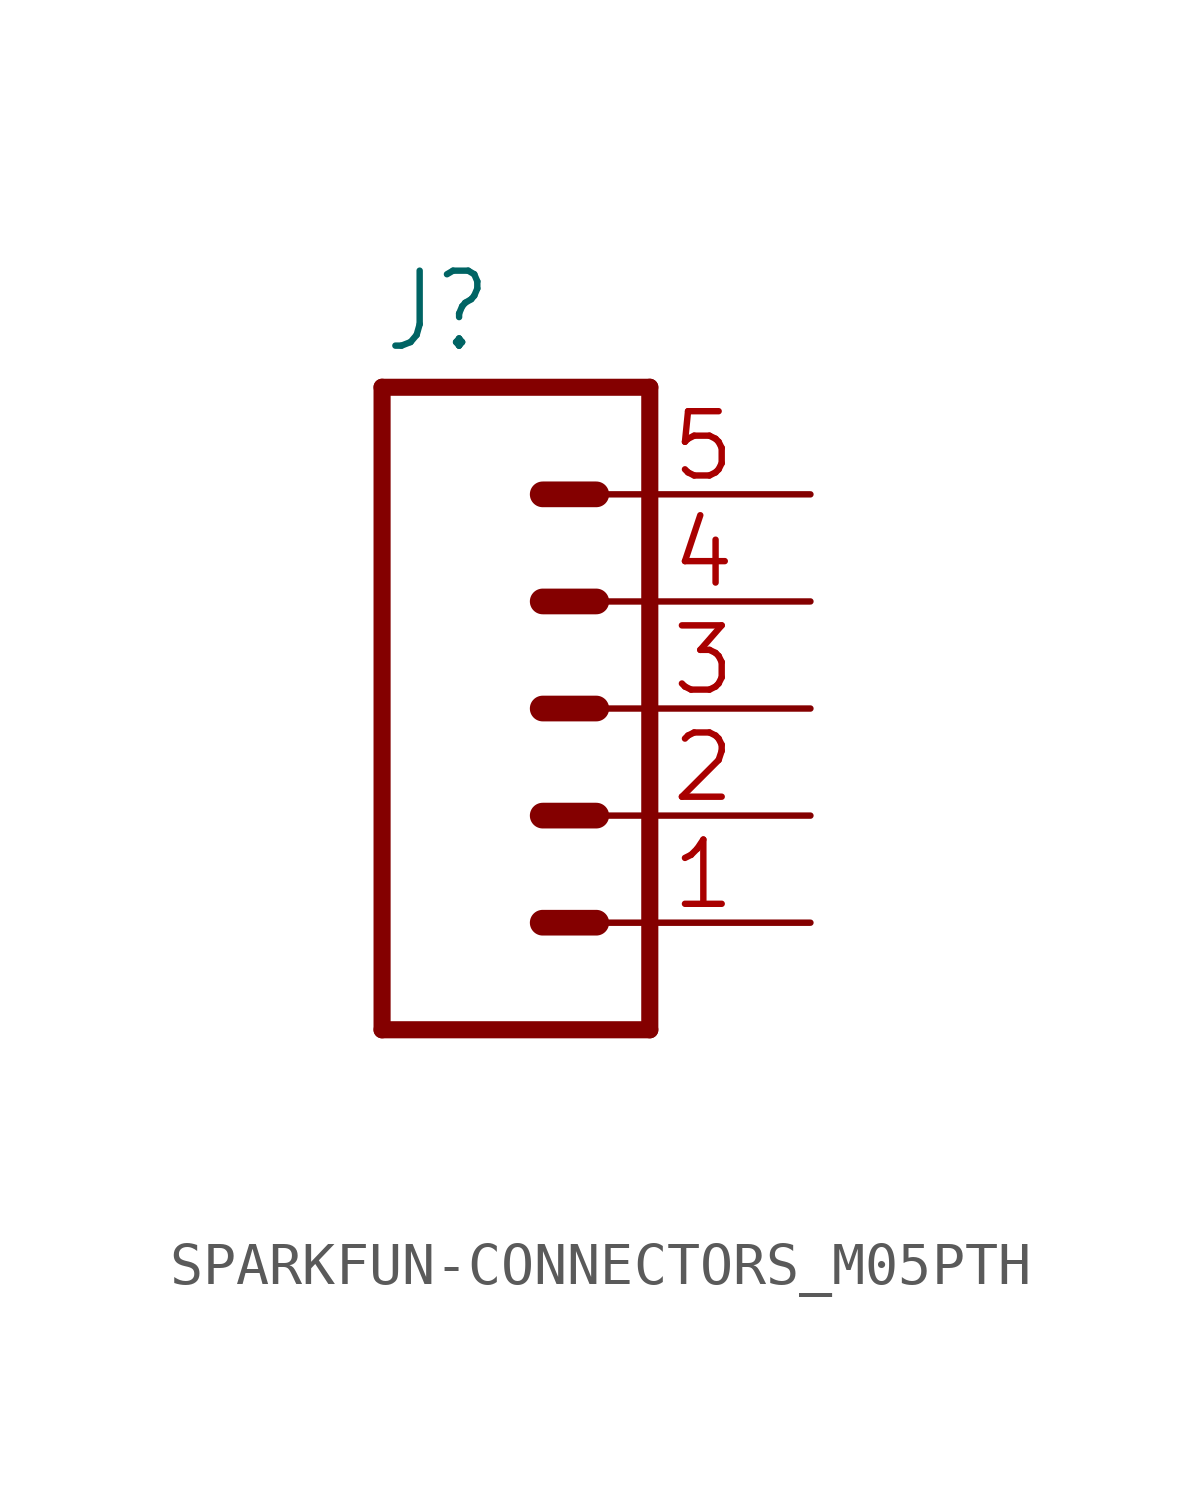
<source format=kicad_sym>
(kicad_symbol_lib
  (version 20241209)
  (generator "kicad_symbol_editor")
  (generator_version "9.0")
  (symbol "SPARKFUN-CONNECTORS_M05PTH"
    (property "Reference" "J"
      (at -2.54 8.382 0)
      (effects (font (size 1.778 1.511)) (justify left bottom)))
    (property "Value" ""
      (at -2.54 -10.16 0)
      (effects (font (size 1.778 1.511)) (justify left bottom)))
    (property "ki_locked" ""
      (at 0 0 0)
      (effects (font (size 1.27 1.27))))
    (symbol "SPARKFUN-CONNECTORS_M05PTH_1_0"
      (polyline (pts (xy -2.54 7.62) (xy -2.54 -7.62)) (stroke (width 0.406) (type solid)) (fill (type none)))
      (polyline (pts (xy -2.54 7.62) (xy 3.81 7.62)) (stroke (width 0.406) (type solid)) (fill (type none)))
      (polyline (pts (xy 1.27 5.08) (xy 2.54 5.08)) (stroke (width 0.61) (type solid)) (fill (type none)))
      (polyline (pts (xy 1.27 2.54) (xy 2.54 2.54)) (stroke (width 0.61) (type solid)) (fill (type none)))
      (polyline (pts (xy 1.27 0) (xy 2.54 0)) (stroke (width 0.61) (type solid)) (fill (type none)))
      (polyline (pts (xy 1.27 -2.54) (xy 2.54 -2.54)) (stroke (width 0.61) (type solid)) (fill (type none)))
      (polyline (pts (xy 1.27 -5.08) (xy 2.54 -5.08)) (stroke (width 0.61) (type solid)) (fill (type none)))
      (polyline (pts (xy 3.81 -7.62) (xy -2.54 -7.62)) (stroke (width 0.406) (type solid)) (fill (type none)))
      (polyline (pts (xy 3.81 -7.62) (xy 3.81 7.62)) (stroke (width 0.406) (type solid)) (fill (type none)))
      (pin passive line (at 7.62 5.08 180) (length 5.08) (name "5" (effects (font (size 0 0)))) (number "5" (effects (font (size 1.524 1.524)))))
      (pin passive line (at 7.62 2.54 180) (length 5.08) (name "4" (effects (font (size 0 0)))) (number "4" (effects (font (size 1.524 1.524)))))
      (pin passive line (at 7.62 0 180) (length 5.08) (name "3" (effects (font (size 0 0)))) (number "3" (effects (font (size 1.524 1.524)))))
      (pin passive line (at 7.62 -2.54 180) (length 5.08) (name "2" (effects (font (size 0 0)))) (number "2" (effects (font (size 1.524 1.524)))))
      (pin passive line (at 7.62 -5.08 180) (length 5.08) (name "1" (effects (font (size 0 0)))) (number "1" (effects (font (size 1.524 1.524))))))))
</source>
